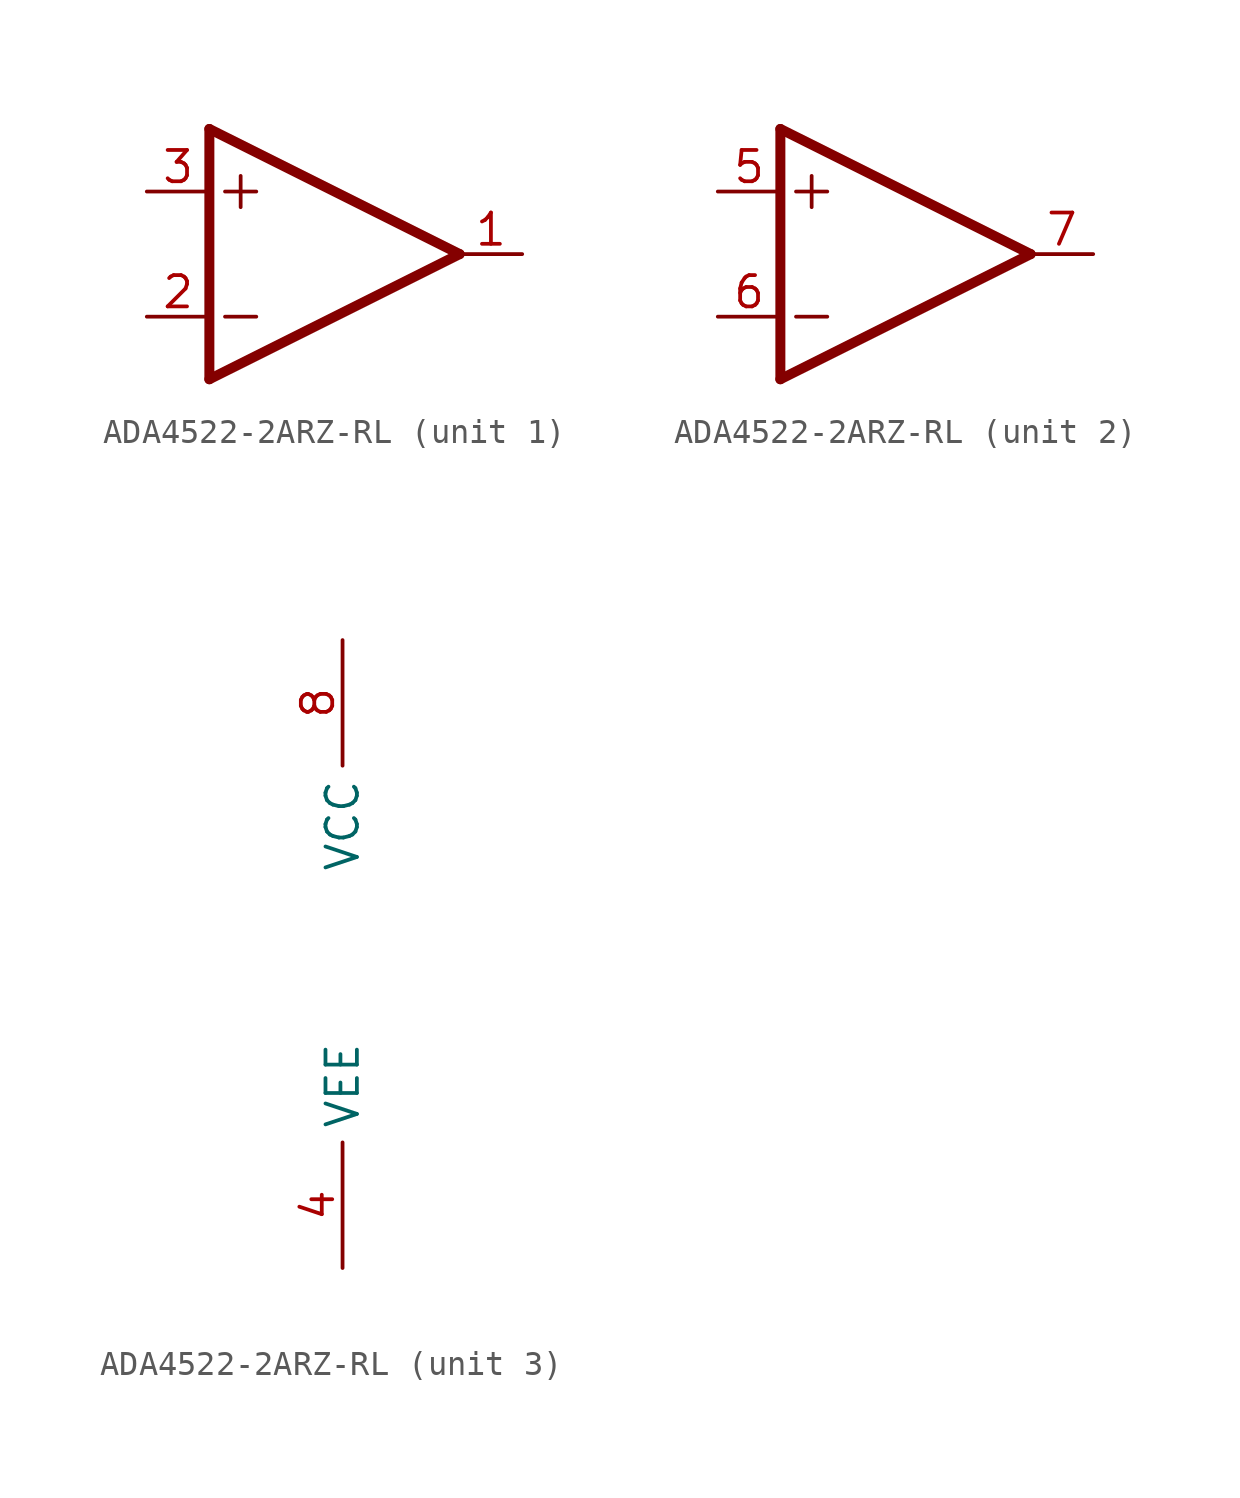
<source format=kicad_sym>
(kicad_symbol_lib
  (version 20220914)
  (generator kicad_symbol_editor)
  (symbol "ADA4522-2ARZ-RL"
    (property "Reference" ""
      (at 5.08 0 90)
      (effects (font (size 1.778 1.511)) (justify left bottom) hide))
    (property "ki_locked" ""
      (at 0 0 0)
      (effects (font (size 1.27 1.27))))
    (symbol "ADA4522-2ARZ-RL_1_0"
      (polyline (pts (xy -5.08 -5.08) (xy 5.08 0)) (stroke (width 0.406) (type solid)) (fill (type none)))
      (polyline (pts (xy -5.08 5.08) (xy -5.08 -5.08)) (stroke (width 0.406) (type solid)) (fill (type none)))
      (polyline (pts (xy -4.445 -2.54) (xy -3.175 -2.54)) (stroke (width 0.152) (type solid)) (fill (type none)))
      (polyline (pts (xy -4.445 2.54) (xy -3.175 2.54)) (stroke (width 0.152) (type solid)) (fill (type none)))
      (polyline (pts (xy -3.81 3.175) (xy -3.81 1.905)) (stroke (width 0.152) (type solid)) (fill (type none)))
      (polyline (pts (xy 5.08 0) (xy -5.08 5.08)) (stroke (width 0.406) (type solid)) (fill (type none)))
      (pin output line (at 7.62 0 180) (length 2.54) (name "OUT" (effects (font (size 0 0)))) (number "1" (effects (font (size 1.27 1.27)))))
      (pin input line (at -7.62 -2.54 0) (length 2.54) (name "-IN" (effects (font (size 0 0)))) (number "2" (effects (font (size 1.27 1.27)))))
      (pin input line (at -7.62 2.54 0) (length 2.54) (name "+IN" (effects (font (size 0 0)))) (number "3" (effects (font (size 1.27 1.27))))))
    (symbol "ADA4522-2ARZ-RL_2_0"
      (polyline (pts (xy -5.08 -5.08) (xy 5.08 0)) (stroke (width 0.406) (type solid)) (fill (type none)))
      (polyline (pts (xy -5.08 5.08) (xy -5.08 -5.08)) (stroke (width 0.406) (type solid)) (fill (type none)))
      (polyline (pts (xy -4.445 -2.54) (xy -3.175 -2.54)) (stroke (width 0.152) (type solid)) (fill (type none)))
      (polyline (pts (xy -4.445 2.54) (xy -3.175 2.54)) (stroke (width 0.152) (type solid)) (fill (type none)))
      (polyline (pts (xy -3.81 3.175) (xy -3.81 1.905)) (stroke (width 0.152) (type solid)) (fill (type none)))
      (polyline (pts (xy 5.08 0) (xy -5.08 5.08)) (stroke (width 0.406) (type solid)) (fill (type none)))
      (pin input line (at -7.62 2.54 0) (length 2.54) (name "+IN" (effects (font (size 0 0)))) (number "5" (effects (font (size 1.27 1.27)))))
      (pin input line (at -7.62 -2.54 0) (length 2.54) (name "-IN" (effects (font (size 0 0)))) (number "6" (effects (font (size 1.27 1.27)))))
      (pin output line (at 7.62 0 180) (length 2.54) (name "OUT" (effects (font (size 0 0)))) (number "7" (effects (font (size 1.27 1.27))))))
    (symbol "ADA4522-2ARZ-RL_3_0"
      (pin bidirectional line (at 0 -12.7 90) (length 5.08) (name "VEE" (effects (font (size 1.27 1.27)))) (number "4" (effects (font (size 1.27 1.27)))))
      (pin bidirectional line (at 0 12.7 270) (length 5.08) (name "VCC" (effects (font (size 1.27 1.27)))) (number "8" (effects (font (size 1.27 1.27))))))))
</source>
